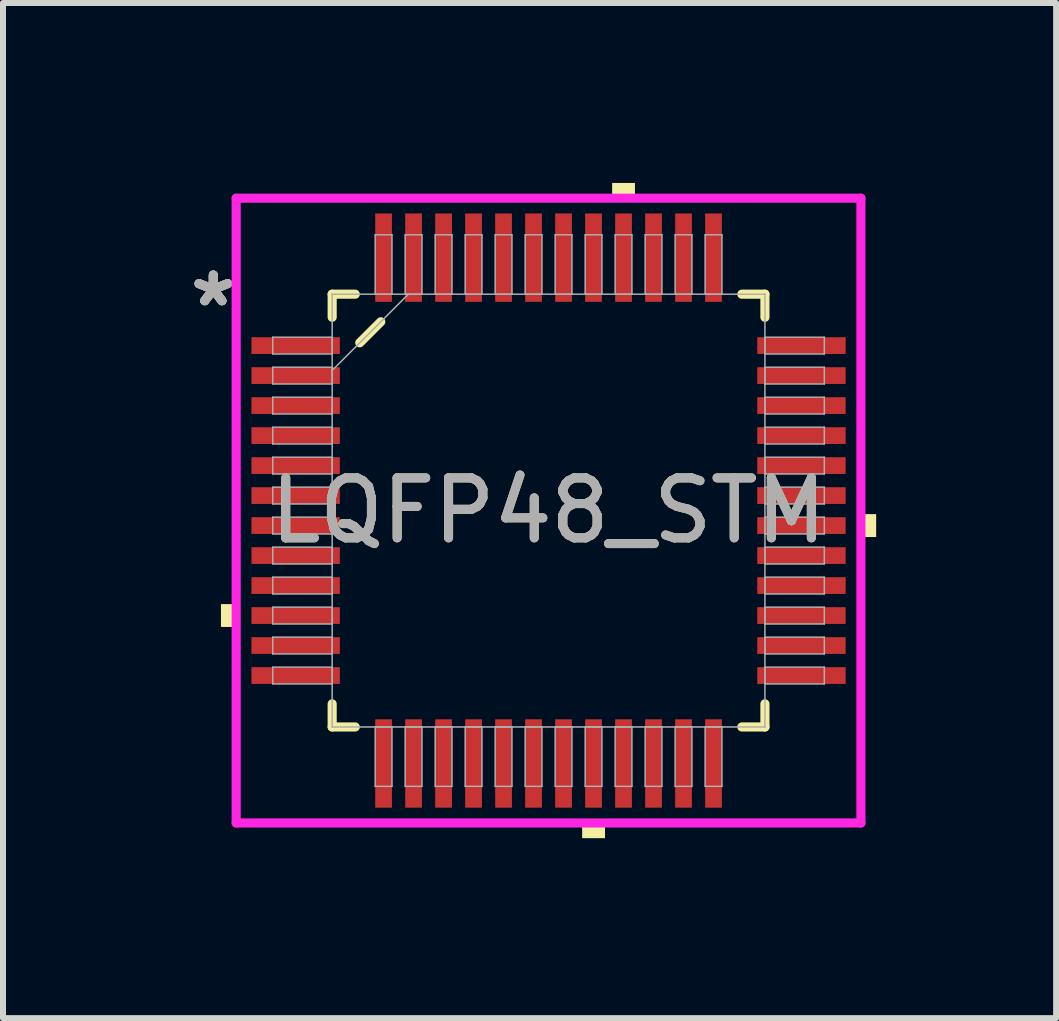
<source format=kicad_pcb>
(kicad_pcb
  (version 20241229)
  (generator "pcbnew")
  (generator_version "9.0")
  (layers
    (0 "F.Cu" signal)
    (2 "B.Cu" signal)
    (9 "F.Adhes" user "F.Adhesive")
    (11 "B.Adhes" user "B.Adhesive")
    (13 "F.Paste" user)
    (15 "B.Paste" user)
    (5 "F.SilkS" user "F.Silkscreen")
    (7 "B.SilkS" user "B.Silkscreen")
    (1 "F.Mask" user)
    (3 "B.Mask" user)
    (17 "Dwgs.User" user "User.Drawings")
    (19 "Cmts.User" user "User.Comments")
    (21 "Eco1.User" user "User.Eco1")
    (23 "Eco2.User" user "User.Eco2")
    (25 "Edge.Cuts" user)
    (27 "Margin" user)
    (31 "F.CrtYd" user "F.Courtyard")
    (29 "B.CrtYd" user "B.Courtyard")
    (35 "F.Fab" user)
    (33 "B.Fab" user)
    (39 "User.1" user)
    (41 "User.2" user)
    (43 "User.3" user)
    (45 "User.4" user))
  (footprint "LQFP48_STM"
    (layer "F.Cu")
    (at 6.094 5.461)
    (property "Reference" "LQFP48_STM" (at 0 0 0) (unlocked yes) (layer "F.SilkS") (effects (font (size 1 1) (thickness 0.15))))
    (attr smd)
    (fp_line (start -3.607 -3.607) (end -3.607 -3.222) (stroke (width 0.152) (type solid)) (layer "F.SilkS"))
    (fp_line (start -3.607 3.222) (end -3.607 3.607) (stroke (width 0.152) (type solid)) (layer "F.SilkS"))
    (fp_line (start -3.607 3.607) (end -3.222 3.607) (stroke (width 0.152) (type solid)) (layer "F.SilkS"))
    (fp_line (start -3.222 -3.607) (end -3.607 -3.607) (stroke (width 0.152) (type solid)) (layer "F.SilkS"))
    (fp_line (start -3.147 -2.797) (end -2.797 -3.147) (stroke (width 0.152) (type solid)) (layer "F.SilkS"))
    (fp_line (start 3.222 3.607) (end 3.607 3.607) (stroke (width 0.152) (type solid)) (layer "F.SilkS"))
    (fp_line (start 3.607 -3.607) (end 3.222 -3.607) (stroke (width 0.152) (type solid)) (layer "F.SilkS"))
    (fp_line (start 3.607 -3.222) (end 3.607 -3.607) (stroke (width 0.152) (type solid)) (layer "F.SilkS"))
    (fp_line (start 3.607 3.607) (end 3.607 3.222) (stroke (width 0.152) (type solid)) (layer "F.SilkS"))
    (fp_poly (pts (xy -5.461 1.559) (xy -5.461 1.94) (xy -5.207 1.94) (xy -5.207 1.559)) (stroke (width 0) (type solid)) (fill yes) (layer "F.SilkS"))
    (fp_poly (pts (xy 0.56 5.207) (xy 0.56 5.461) (xy 0.941 5.461) (xy 0.941 5.207)) (stroke (width 0) (type solid)) (fill yes) (layer "F.SilkS"))
    (fp_poly (pts (xy 1.06 -5.207) (xy 1.06 -5.461) (xy 1.44 -5.461) (xy 1.44 -5.207)) (stroke (width 0) (type solid)) (fill yes) (layer "F.SilkS"))
    (fp_poly (pts (xy 5.461 0.059) (xy 5.461 0.441) (xy 5.207 0.441) (xy 5.207 0.059)) (stroke (width 0) (type solid)) (fill yes) (layer "F.SilkS"))
    (fp_line (start -5.207 -5.207) (end 5.207 -5.207) (stroke (width 0.152) (type solid)) (layer "F.CrtYd"))
    (fp_line (start -5.207 5.207) (end -5.207 -5.207) (stroke (width 0.152) (type solid)) (layer "F.CrtYd"))
    (fp_line (start 5.207 -5.207) (end 5.207 5.207) (stroke (width 0.152) (type solid)) (layer "F.CrtYd"))
    (fp_line (start 5.207 5.207) (end -5.207 5.207) (stroke (width 0.152) (type solid)) (layer "F.CrtYd"))
    (fp_line (start -4.597 -2.89) (end -4.597 -2.61) (stroke (width 0.025) (type solid)) (layer "F.Fab"))
    (fp_line (start -4.597 -2.61) (end -3.607 -2.61) (stroke (width 0.025) (type solid)) (layer "F.Fab"))
    (fp_line (start -4.597 -2.39) (end -4.597 -2.11) (stroke (width 0.025) (type solid)) (layer "F.Fab"))
    (fp_line (start -4.597 -2.11) (end -3.607 -2.11) (stroke (width 0.025) (type solid)) (layer "F.Fab"))
    (fp_line (start -4.597 -1.89) (end -4.597 -1.61) (stroke (width 0.025) (type solid)) (layer "F.Fab"))
    (fp_line (start -4.597 -1.61) (end -3.607 -1.61) (stroke (width 0.025) (type solid)) (layer "F.Fab"))
    (fp_line (start -4.597 -1.39) (end -4.597 -1.11) (stroke (width 0.025) (type solid)) (layer "F.Fab"))
    (fp_line (start -4.597 -1.11) (end -3.607 -1.11) (stroke (width 0.025) (type solid)) (layer "F.Fab"))
    (fp_line (start -4.597 -0.89) (end -4.597 -0.61) (stroke (width 0.025) (type solid)) (layer "F.Fab"))
    (fp_line (start -4.597 -0.61) (end -3.607 -0.61) (stroke (width 0.025) (type solid)) (layer "F.Fab"))
    (fp_line (start -4.597 -0.39) (end -4.597 -0.11) (stroke (width 0.025) (type solid)) (layer "F.Fab"))
    (fp_line (start -4.597 -0.11) (end -3.607 -0.11) (stroke (width 0.025) (type solid)) (layer "F.Fab"))
    (fp_line (start -4.597 0.11) (end -4.597 0.39) (stroke (width 0.025) (type solid)) (layer "F.Fab"))
    (fp_line (start -4.597 0.39) (end -3.607 0.39) (stroke (width 0.025) (type solid)) (layer "F.Fab"))
    (fp_line (start -4.597 0.61) (end -4.597 0.89) (stroke (width 0.025) (type solid)) (layer "F.Fab"))
    (fp_line (start -4.597 0.89) (end -3.607 0.89) (stroke (width 0.025) (type solid)) (layer "F.Fab"))
    (fp_line (start -4.597 1.11) (end -4.597 1.39) (stroke (width 0.025) (type solid)) (layer "F.Fab"))
    (fp_line (start -4.597 1.39) (end -3.607 1.39) (stroke (width 0.025) (type solid)) (layer "F.Fab"))
    (fp_line (start -4.597 1.61) (end -4.597 1.89) (stroke (width 0.025) (type solid)) (layer "F.Fab"))
    (fp_line (start -4.597 1.89) (end -3.607 1.89) (stroke (width 0.025) (type solid)) (layer "F.Fab"))
    (fp_line (start -4.597 2.11) (end -4.597 2.39) (stroke (width 0.025) (type solid)) (layer "F.Fab"))
    (fp_line (start -4.597 2.39) (end -3.607 2.39) (stroke (width 0.025) (type solid)) (layer "F.Fab"))
    (fp_line (start -4.597 2.61) (end -4.597 2.89) (stroke (width 0.025) (type solid)) (layer "F.Fab"))
    (fp_line (start -4.597 2.89) (end -3.607 2.89) (stroke (width 0.025) (type solid)) (layer "F.Fab"))
    (fp_line (start -3.607 -3.607) (end -3.607 -3.607) (stroke (width 0.025) (type solid)) (layer "F.Fab"))
    (fp_line (start -3.607 -3.607) (end -3.607 3.607) (stroke (width 0.025) (type solid)) (layer "F.Fab"))
    (fp_line (start -3.607 -2.89) (end -4.597 -2.89) (stroke (width 0.025) (type solid)) (layer "F.Fab"))
    (fp_line (start -3.607 -2.61) (end -3.607 -2.89) (stroke (width 0.025) (type solid)) (layer "F.Fab"))
    (fp_line (start -3.607 -2.39) (end -4.597 -2.39) (stroke (width 0.025) (type solid)) (layer "F.Fab"))
    (fp_line (start -3.607 -2.337) (end -2.337 -3.607) (stroke (width 0.025) (type solid)) (layer "F.Fab"))
    (fp_line (start -3.607 -2.11) (end -3.607 -2.39) (stroke (width 0.025) (type solid)) (layer "F.Fab"))
    (fp_line (start -3.607 -1.89) (end -4.597 -1.89) (stroke (width 0.025) (type solid)) (layer "F.Fab"))
    (fp_line (start -3.607 -1.61) (end -3.607 -1.89) (stroke (width 0.025) (type solid)) (layer "F.Fab"))
    (fp_line (start -3.607 -1.39) (end -4.597 -1.39) (stroke (width 0.025) (type solid)) (layer "F.Fab"))
    (fp_line (start -3.607 -1.11) (end -3.607 -1.39) (stroke (width 0.025) (type solid)) (layer "F.Fab"))
    (fp_line (start -3.607 -0.89) (end -4.597 -0.89) (stroke (width 0.025) (type solid)) (layer "F.Fab"))
    (fp_line (start -3.607 -0.61) (end -3.607 -0.89) (stroke (width 0.025) (type solid)) (layer "F.Fab"))
    (fp_line (start -3.607 -0.39) (end -4.597 -0.39) (stroke (width 0.025) (type solid)) (layer "F.Fab"))
    (fp_line (start -3.607 -0.11) (end -3.607 -0.39) (stroke (width 0.025) (type solid)) (layer "F.Fab"))
    (fp_line (start -3.607 0.11) (end -4.597 0.11) (stroke (width 0.025) (type solid)) (layer "F.Fab"))
    (fp_line (start -3.607 0.39) (end -3.607 0.11) (stroke (width 0.025) (type solid)) (layer "F.Fab"))
    (fp_line (start -3.607 0.61) (end -4.597 0.61) (stroke (width 0.025) (type solid)) (layer "F.Fab"))
    (fp_line (start -3.607 0.89) (end -3.607 0.61) (stroke (width 0.025) (type solid)) (layer "F.Fab"))
    (fp_line (start -3.607 1.11) (end -4.597 1.11) (stroke (width 0.025) (type solid)) (layer "F.Fab"))
    (fp_line (start -3.607 1.39) (end -3.607 1.11) (stroke (width 0.025) (type solid)) (layer "F.Fab"))
    (fp_line (start -3.607 1.61) (end -4.597 1.61) (stroke (width 0.025) (type solid)) (layer "F.Fab"))
    (fp_line (start -3.607 1.89) (end -3.607 1.61) (stroke (width 0.025) (type solid)) (layer "F.Fab"))
    (fp_line (start -3.607 2.11) (end -4.597 2.11) (stroke (width 0.025) (type solid)) (layer "F.Fab"))
    (fp_line (start -3.607 2.39) (end -3.607 2.11) (stroke (width 0.025) (type solid)) (layer "F.Fab"))
    (fp_line (start -3.607 2.61) (end -4.597 2.61) (stroke (width 0.025) (type solid)) (layer "F.Fab"))
    (fp_line (start -3.607 2.89) (end -3.607 2.61) (stroke (width 0.025) (type solid)) (layer "F.Fab"))
    (fp_line (start -3.607 3.607) (end -3.607 3.607) (stroke (width 0.025) (type solid)) (layer "F.Fab"))
    (fp_line (start -3.607 3.607) (end 3.607 3.607) (stroke (width 0.025) (type solid)) (layer "F.Fab"))
    (fp_line (start -2.89 -4.597) (end -2.89 -3.607) (stroke (width 0.025) (type solid)) (layer "F.Fab"))
    (fp_line (start -2.89 -3.607) (end -2.61 -3.607) (stroke (width 0.025) (type solid)) (layer "F.Fab"))
    (fp_line (start -2.89 3.607) (end -2.89 4.597) (stroke (width 0.025) (type solid)) (layer "F.Fab"))
    (fp_line (start -2.89 4.597) (end -2.61 4.597) (stroke (width 0.025) (type solid)) (layer "F.Fab"))
    (fp_line (start -2.61 -4.597) (end -2.89 -4.597) (stroke (width 0.025) (type solid)) (layer "F.Fab"))
    (fp_line (start -2.61 -3.607) (end -2.61 -4.597) (stroke (width 0.025) (type solid)) (layer "F.Fab"))
    (fp_line (start -2.61 3.607) (end -2.89 3.607) (stroke (width 0.025) (type solid)) (layer "F.Fab"))
    (fp_line (start -2.61 4.597) (end -2.61 3.607) (stroke (width 0.025) (type solid)) (layer "F.Fab"))
    (fp_line (start -2.39 -4.597) (end -2.39 -3.607) (stroke (width 0.025) (type solid)) (layer "F.Fab"))
    (fp_line (start -2.39 -3.607) (end -2.11 -3.607) (stroke (width 0.025) (type solid)) (layer "F.Fab"))
    (fp_line (start -2.39 3.607) (end -2.39 4.597) (stroke (width 0.025) (type solid)) (layer "F.Fab"))
    (fp_line (start -2.39 4.597) (end -2.11 4.597) (stroke (width 0.025) (type solid)) (layer "F.Fab"))
    (fp_line (start -2.11 -4.597) (end -2.39 -4.597) (stroke (width 0.025) (type solid)) (layer "F.Fab"))
    (fp_line (start -2.11 -3.607) (end -2.11 -4.597) (stroke (width 0.025) (type solid)) (layer "F.Fab"))
    (fp_line (start -2.11 3.607) (end -2.39 3.607) (stroke (width 0.025) (type solid)) (layer "F.Fab"))
    (fp_line (start -2.11 4.597) (end -2.11 3.607) (stroke (width 0.025) (type solid)) (layer "F.Fab"))
    (fp_line (start -1.89 -4.597) (end -1.89 -3.607) (stroke (width 0.025) (type solid)) (layer "F.Fab"))
    (fp_line (start -1.89 -3.607) (end -1.61 -3.607) (stroke (width 0.025) (type solid)) (layer "F.Fab"))
    (fp_line (start -1.89 3.607) (end -1.89 4.597) (stroke (width 0.025) (type solid)) (layer "F.Fab"))
    (fp_line (start -1.89 4.597) (end -1.61 4.597) (stroke (width 0.025) (type solid)) (layer "F.Fab"))
    (fp_line (start -1.61 -4.597) (end -1.89 -4.597) (stroke (width 0.025) (type solid)) (layer "F.Fab"))
    (fp_line (start -1.61 -3.607) (end -1.61 -4.597) (stroke (width 0.025) (type solid)) (layer "F.Fab"))
    (fp_line (start -1.61 3.607) (end -1.89 3.607) (stroke (width 0.025) (type solid)) (layer "F.Fab"))
    (fp_line (start -1.61 4.597) (end -1.61 3.607) (stroke (width 0.025) (type solid)) (layer "F.Fab"))
    (fp_line (start -1.39 -4.597) (end -1.39 -3.607) (stroke (width 0.025) (type solid)) (layer "F.Fab"))
    (fp_line (start -1.39 -3.607) (end -1.11 -3.607) (stroke (width 0.025) (type solid)) (layer "F.Fab"))
    (fp_line (start -1.39 3.607) (end -1.39 4.597) (stroke (width 0.025) (type solid)) (layer "F.Fab"))
    (fp_line (start -1.39 4.597) (end -1.11 4.597) (stroke (width 0.025) (type solid)) (layer "F.Fab"))
    (fp_line (start -1.11 -4.597) (end -1.39 -4.597) (stroke (width 0.025) (type solid)) (layer "F.Fab"))
    (fp_line (start -1.11 -3.607) (end -1.11 -4.597) (stroke (width 0.025) (type solid)) (layer "F.Fab"))
    (fp_line (start -1.11 3.607) (end -1.39 3.607) (stroke (width 0.025) (type solid)) (layer "F.Fab"))
    (fp_line (start -1.11 4.597) (end -1.11 3.607) (stroke (width 0.025) (type solid)) (layer "F.Fab"))
    (fp_line (start -0.89 -4.597) (end -0.89 -3.607) (stroke (width 0.025) (type solid)) (layer "F.Fab"))
    (fp_line (start -0.89 -3.607) (end -0.61 -3.607) (stroke (width 0.025) (type solid)) (layer "F.Fab"))
    (fp_line (start -0.89 3.607) (end -0.89 4.597) (stroke (width 0.025) (type solid)) (layer "F.Fab"))
    (fp_line (start -0.89 4.597) (end -0.61 4.597) (stroke (width 0.025) (type solid)) (layer "F.Fab"))
    (fp_line (start -0.61 -4.597) (end -0.89 -4.597) (stroke (width 0.025) (type solid)) (layer "F.Fab"))
    (fp_line (start -0.61 -3.607) (end -0.61 -4.597) (stroke (width 0.025) (type solid)) (layer "F.Fab"))
    (fp_line (start -0.61 3.607) (end -0.89 3.607) (stroke (width 0.025) (type solid)) (layer "F.Fab"))
    (fp_line (start -0.61 4.597) (end -0.61 3.607) (stroke (width 0.025) (type solid)) (layer "F.Fab"))
    (fp_line (start -0.39 -4.597) (end -0.39 -3.607) (stroke (width 0.025) (type solid)) (layer "F.Fab"))
    (fp_line (start -0.39 -3.607) (end -0.11 -3.607) (stroke (width 0.025) (type solid)) (layer "F.Fab"))
    (fp_line (start -0.39 3.607) (end -0.39 4.597) (stroke (width 0.025) (type solid)) (layer "F.Fab"))
    (fp_line (start -0.39 4.597) (end -0.11 4.597) (stroke (width 0.025) (type solid)) (layer "F.Fab"))
    (fp_line (start -0.11 -4.597) (end -0.39 -4.597) (stroke (width 0.025) (type solid)) (layer "F.Fab"))
    (fp_line (start -0.11 -3.607) (end -0.11 -4.597) (stroke (width 0.025) (type solid)) (layer "F.Fab"))
    (fp_line (start -0.11 3.607) (end -0.39 3.607) (stroke (width 0.025) (type solid)) (layer "F.Fab"))
    (fp_line (start -0.11 4.597) (end -0.11 3.607) (stroke (width 0.025) (type solid)) (layer "F.Fab"))
    (fp_line (start 0.11 -4.597) (end 0.11 -3.607) (stroke (width 0.025) (type solid)) (layer "F.Fab"))
    (fp_line (start 0.11 -3.607) (end 0.39 -3.607) (stroke (width 0.025) (type solid)) (layer "F.Fab"))
    (fp_line (start 0.11 3.607) (end 0.11 4.597) (stroke (width 0.025) (type solid)) (layer "F.Fab"))
    (fp_line (start 0.11 4.597) (end 0.39 4.597) (stroke (width 0.025) (type solid)) (layer "F.Fab"))
    (fp_line (start 0.39 -4.597) (end 0.11 -4.597) (stroke (width 0.025) (type solid)) (layer "F.Fab"))
    (fp_line (start 0.39 -3.607) (end 0.39 -4.597) (stroke (width 0.025) (type solid)) (layer "F.Fab"))
    (fp_line (start 0.39 3.607) (end 0.11 3.607) (stroke (width 0.025) (type solid)) (layer "F.Fab"))
    (fp_line (start 0.39 4.597) (end 0.39 3.607) (stroke (width 0.025) (type solid)) (layer "F.Fab"))
    (fp_line (start 0.61 -4.597) (end 0.61 -3.607) (stroke (width 0.025) (type solid)) (layer "F.Fab"))
    (fp_line (start 0.61 -3.607) (end 0.89 -3.607) (stroke (width 0.025) (type solid)) (layer "F.Fab"))
    (fp_line (start 0.61 3.607) (end 0.61 4.597) (stroke (width 0.025) (type solid)) (layer "F.Fab"))
    (fp_line (start 0.61 4.597) (end 0.89 4.597) (stroke (width 0.025) (type solid)) (layer "F.Fab"))
    (fp_line (start 0.89 -4.597) (end 0.61 -4.597) (stroke (width 0.025) (type solid)) (layer "F.Fab"))
    (fp_line (start 0.89 -3.607) (end 0.89 -4.597) (stroke (width 0.025) (type solid)) (layer "F.Fab"))
    (fp_line (start 0.89 3.607) (end 0.61 3.607) (stroke (width 0.025) (type solid)) (layer "F.Fab"))
    (fp_line (start 0.89 4.597) (end 0.89 3.607) (stroke (width 0.025) (type solid)) (layer "F.Fab"))
    (fp_line (start 1.11 -4.597) (end 1.11 -3.607) (stroke (width 0.025) (type solid)) (layer "F.Fab"))
    (fp_line (start 1.11 -3.607) (end 1.39 -3.607) (stroke (width 0.025) (type solid)) (layer "F.Fab"))
    (fp_line (start 1.11 3.607) (end 1.11 4.597) (stroke (width 0.025) (type solid)) (layer "F.Fab"))
    (fp_line (start 1.11 4.597) (end 1.39 4.597) (stroke (width 0.025) (type solid)) (layer "F.Fab"))
    (fp_line (start 1.39 -4.597) (end 1.11 -4.597) (stroke (width 0.025) (type solid)) (layer "F.Fab"))
    (fp_line (start 1.39 -3.607) (end 1.39 -4.597) (stroke (width 0.025) (type solid)) (layer "F.Fab"))
    (fp_line (start 1.39 3.607) (end 1.11 3.607) (stroke (width 0.025) (type solid)) (layer "F.Fab"))
    (fp_line (start 1.39 4.597) (end 1.39 3.607) (stroke (width 0.025) (type solid)) (layer "F.Fab"))
    (fp_line (start 1.61 -4.597) (end 1.61 -3.607) (stroke (width 0.025) (type solid)) (layer "F.Fab"))
    (fp_line (start 1.61 -3.607) (end 1.89 -3.607) (stroke (width 0.025) (type solid)) (layer "F.Fab"))
    (fp_line (start 1.61 3.607) (end 1.61 4.597) (stroke (width 0.025) (type solid)) (layer "F.Fab"))
    (fp_line (start 1.61 4.597) (end 1.89 4.597) (stroke (width 0.025) (type solid)) (layer "F.Fab"))
    (fp_line (start 1.89 -4.597) (end 1.61 -4.597) (stroke (width 0.025) (type solid)) (layer "F.Fab"))
    (fp_line (start 1.89 -3.607) (end 1.89 -4.597) (stroke (width 0.025) (type solid)) (layer "F.Fab"))
    (fp_line (start 1.89 3.607) (end 1.61 3.607) (stroke (width 0.025) (type solid)) (layer "F.Fab"))
    (fp_line (start 1.89 4.597) (end 1.89 3.607) (stroke (width 0.025) (type solid)) (layer "F.Fab"))
    (fp_line (start 2.11 -4.597) (end 2.11 -3.607) (stroke (width 0.025) (type solid)) (layer "F.Fab"))
    (fp_line (start 2.11 -3.607) (end 2.39 -3.607) (stroke (width 0.025) (type solid)) (layer "F.Fab"))
    (fp_line (start 2.11 3.607) (end 2.11 4.597) (stroke (width 0.025) (type solid)) (layer "F.Fab"))
    (fp_line (start 2.11 4.597) (end 2.39 4.597) (stroke (width 0.025) (type solid)) (layer "F.Fab"))
    (fp_line (start 2.39 -4.597) (end 2.11 -4.597) (stroke (width 0.025) (type solid)) (layer "F.Fab"))
    (fp_line (start 2.39 -3.607) (end 2.39 -4.597) (stroke (width 0.025) (type solid)) (layer "F.Fab"))
    (fp_line (start 2.39 3.607) (end 2.11 3.607) (stroke (width 0.025) (type solid)) (layer "F.Fab"))
    (fp_line (start 2.39 4.597) (end 2.39 3.607) (stroke (width 0.025) (type solid)) (layer "F.Fab"))
    (fp_line (start 2.61 -4.597) (end 2.61 -3.607) (stroke (width 0.025) (type solid)) (layer "F.Fab"))
    (fp_line (start 2.61 -3.607) (end 2.89 -3.607) (stroke (width 0.025) (type solid)) (layer "F.Fab"))
    (fp_line (start 2.61 3.607) (end 2.61 4.597) (stroke (width 0.025) (type solid)) (layer "F.Fab"))
    (fp_line (start 2.61 4.597) (end 2.89 4.597) (stroke (width 0.025) (type solid)) (layer "F.Fab"))
    (fp_line (start 2.89 -4.597) (end 2.61 -4.597) (stroke (width 0.025) (type solid)) (layer "F.Fab"))
    (fp_line (start 2.89 -3.607) (end 2.89 -4.597) (stroke (width 0.025) (type solid)) (layer "F.Fab"))
    (fp_line (start 2.89 3.607) (end 2.61 3.607) (stroke (width 0.025) (type solid)) (layer "F.Fab"))
    (fp_line (start 2.89 4.597) (end 2.89 3.607) (stroke (width 0.025) (type solid)) (layer "F.Fab"))
    (fp_line (start 3.607 -3.607) (end -3.607 -3.607) (stroke (width 0.025) (type solid)) (layer "F.Fab"))
    (fp_line (start 3.607 -3.607) (end 3.607 -3.607) (stroke (width 0.025) (type solid)) (layer "F.Fab"))
    (fp_line (start 3.607 -2.89) (end 3.607 -2.61) (stroke (width 0.025) (type solid)) (layer "F.Fab"))
    (fp_line (start 3.607 -2.61) (end 4.597 -2.61) (stroke (width 0.025) (type solid)) (layer "F.Fab"))
    (fp_line (start 3.607 -2.39) (end 3.607 -2.11) (stroke (width 0.025) (type solid)) (layer "F.Fab"))
    (fp_line (start 3.607 -2.11) (end 4.597 -2.11) (stroke (width 0.025) (type solid)) (layer "F.Fab"))
    (fp_line (start 3.607 -1.89) (end 3.607 -1.61) (stroke (width 0.025) (type solid)) (layer "F.Fab"))
    (fp_line (start 3.607 -1.61) (end 4.597 -1.61) (stroke (width 0.025) (type solid)) (layer "F.Fab"))
    (fp_line (start 3.607 -1.39) (end 3.607 -1.11) (stroke (width 0.025) (type solid)) (layer "F.Fab"))
    (fp_line (start 3.607 -1.11) (end 4.597 -1.11) (stroke (width 0.025) (type solid)) (layer "F.Fab"))
    (fp_line (start 3.607 -0.89) (end 3.607 -0.61) (stroke (width 0.025) (type solid)) (layer "F.Fab"))
    (fp_line (start 3.607 -0.61) (end 4.597 -0.61) (stroke (width 0.025) (type solid)) (layer "F.Fab"))
    (fp_line (start 3.607 -0.39) (end 3.607 -0.11) (stroke (width 0.025) (type solid)) (layer "F.Fab"))
    (fp_line (start 3.607 -0.11) (end 4.597 -0.11) (stroke (width 0.025) (type solid)) (layer "F.Fab"))
    (fp_line (start 3.607 0.11) (end 3.607 0.39) (stroke (width 0.025) (type solid)) (layer "F.Fab"))
    (fp_line (start 3.607 0.39) (end 4.597 0.39) (stroke (width 0.025) (type solid)) (layer "F.Fab"))
    (fp_line (start 3.607 0.61) (end 3.607 0.89) (stroke (width 0.025) (type solid)) (layer "F.Fab"))
    (fp_line (start 3.607 0.89) (end 4.597 0.89) (stroke (width 0.025) (type solid)) (layer "F.Fab"))
    (fp_line (start 3.607 1.11) (end 3.607 1.39) (stroke (width 0.025) (type solid)) (layer "F.Fab"))
    (fp_line (start 3.607 1.39) (end 4.597 1.39) (stroke (width 0.025) (type solid)) (layer "F.Fab"))
    (fp_line (start 3.607 1.61) (end 3.607 1.89) (stroke (width 0.025) (type solid)) (layer "F.Fab"))
    (fp_line (start 3.607 1.89) (end 4.597 1.89) (stroke (width 0.025) (type solid)) (layer "F.Fab"))
    (fp_line (start 3.607 2.11) (end 3.607 2.39) (stroke (width 0.025) (type solid)) (layer "F.Fab"))
    (fp_line (start 3.607 2.39) (end 4.597 2.39) (stroke (width 0.025) (type solid)) (layer "F.Fab"))
    (fp_line (start 3.607 2.61) (end 3.607 2.89) (stroke (width 0.025) (type solid)) (layer "F.Fab"))
    (fp_line (start 3.607 2.89) (end 4.597 2.89) (stroke (width 0.025) (type solid)) (layer "F.Fab"))
    (fp_line (start 3.607 3.607) (end 3.607 -3.607) (stroke (width 0.025) (type solid)) (layer "F.Fab"))
    (fp_line (start 3.607 3.607) (end 3.607 3.607) (stroke (width 0.025) (type solid)) (layer "F.Fab"))
    (fp_line (start 4.597 -2.89) (end 3.607 -2.89) (stroke (width 0.025) (type solid)) (layer "F.Fab"))
    (fp_line (start 4.597 -2.61) (end 4.597 -2.89) (stroke (width 0.025) (type solid)) (layer "F.Fab"))
    (fp_line (start 4.597 -2.39) (end 3.607 -2.39) (stroke (width 0.025) (type solid)) (layer "F.Fab"))
    (fp_line (start 4.597 -2.11) (end 4.597 -2.39) (stroke (width 0.025) (type solid)) (layer "F.Fab"))
    (fp_line (start 4.597 -1.89) (end 3.607 -1.89) (stroke (width 0.025) (type solid)) (layer "F.Fab"))
    (fp_line (start 4.597 -1.61) (end 4.597 -1.89) (stroke (width 0.025) (type solid)) (layer "F.Fab"))
    (fp_line (start 4.597 -1.39) (end 3.607 -1.39) (stroke (width 0.025) (type solid)) (layer "F.Fab"))
    (fp_line (start 4.597 -1.11) (end 4.597 -1.39) (stroke (width 0.025) (type solid)) (layer "F.Fab"))
    (fp_line (start 4.597 -0.89) (end 3.607 -0.89) (stroke (width 0.025) (type solid)) (layer "F.Fab"))
    (fp_line (start 4.597 -0.61) (end 4.597 -0.89) (stroke (width 0.025) (type solid)) (layer "F.Fab"))
    (fp_line (start 4.597 -0.39) (end 3.607 -0.39) (stroke (width 0.025) (type solid)) (layer "F.Fab"))
    (fp_line (start 4.597 -0.11) (end 4.597 -0.39) (stroke (width 0.025) (type solid)) (layer "F.Fab"))
    (fp_line (start 4.597 0.11) (end 3.607 0.11) (stroke (width 0.025) (type solid)) (layer "F.Fab"))
    (fp_line (start 4.597 0.39) (end 4.597 0.11) (stroke (width 0.025) (type solid)) (layer "F.Fab"))
    (fp_line (start 4.597 0.61) (end 3.607 0.61) (stroke (width 0.025) (type solid)) (layer "F.Fab"))
    (fp_line (start 4.597 0.89) (end 4.597 0.61) (stroke (width 0.025) (type solid)) (layer "F.Fab"))
    (fp_line (start 4.597 1.11) (end 3.607 1.11) (stroke (width 0.025) (type solid)) (layer "F.Fab"))
    (fp_line (start 4.597 1.39) (end 4.597 1.11) (stroke (width 0.025) (type solid)) (layer "F.Fab"))
    (fp_line (start 4.597 1.61) (end 3.607 1.61) (stroke (width 0.025) (type solid)) (layer "F.Fab"))
    (fp_line (start 4.597 1.89) (end 4.597 1.61) (stroke (width 0.025) (type solid)) (layer "F.Fab"))
    (fp_line (start 4.597 2.11) (end 3.607 2.11) (stroke (width 0.025) (type solid)) (layer "F.Fab"))
    (fp_line (start 4.597 2.39) (end 4.597 2.11) (stroke (width 0.025) (type solid)) (layer "F.Fab"))
    (fp_line (start 4.597 2.61) (end 3.607 2.61) (stroke (width 0.025) (type solid)) (layer "F.Fab"))
    (fp_line (start 4.597 2.89) (end 4.597 2.61) (stroke (width 0.025) (type solid)) (layer "F.Fab"))
    (fp_text user "*" (at -5.588 -3.381 0) (layer "F.SilkS") (effects (font (size 1 1) (thickness 0.15))))
    (fp_text user "*" (at -5.588 -3.381 0) (unlocked yes) (layer "F.SilkS") (effects (font (size 1 1) (thickness 0.15))))
    (fp_text user "*" (at -5.588 -3.381 0) (layer "F.Fab") (effects (font (size 1 1) (thickness 0.15))))
    (fp_text user "${REFERENCE}" (at 0 0 0) (unlocked yes) (layer "F.Fab") (effects (font (size 1 1) (thickness 0.15))))
    (fp_text user "*" (at -5.588 -3.381 0) (unlocked yes) (layer "F.Fab") (effects (font (size 1 1) (thickness 0.15))))
    (pad "1" smd rect (at -4.216 -2.75 90) (size 0.279 1.473) (layers "F.Cu" "F.Mask" "F.Paste"))
    (pad "2" smd rect (at -4.216 -2.25 90) (size 0.279 1.473) (layers "F.Cu" "F.Mask" "F.Paste"))
    (pad "3" smd rect (at -4.216 -1.75 90) (size 0.279 1.473) (layers "F.Cu" "F.Mask" "F.Paste"))
    (pad "4" smd rect (at -4.216 -1.25 90) (size 0.279 1.473) (layers "F.Cu" "F.Mask" "F.Paste"))
    (pad "5" smd rect (at -4.216 -0.75 90) (size 0.279 1.473) (layers "F.Cu" "F.Mask" "F.Paste"))
    (pad "6" smd rect (at -4.216 -0.25 90) (size 0.279 1.473) (layers "F.Cu" "F.Mask" "F.Paste"))
    (pad "7" smd rect (at -4.216 0.25 90) (size 0.279 1.473) (layers "F.Cu" "F.Mask" "F.Paste"))
    (pad "8" smd rect (at -4.216 0.75 90) (size 0.279 1.473) (layers "F.Cu" "F.Mask" "F.Paste"))
    (pad "9" smd rect (at -4.216 1.25 90) (size 0.279 1.473) (layers "F.Cu" "F.Mask" "F.Paste"))
    (pad "10" smd rect (at -4.216 1.75 90) (size 0.279 1.473) (layers "F.Cu" "F.Mask" "F.Paste"))
    (pad "11" smd rect (at -4.216 2.25 90) (size 0.279 1.473) (layers "F.Cu" "F.Mask" "F.Paste"))
    (pad "12" smd rect (at -4.216 2.75 90) (size 0.279 1.473) (layers "F.Cu" "F.Mask" "F.Paste"))
    (pad "13" smd rect (at -2.75 4.216) (size 0.279 1.473) (layers "F.Cu" "F.Mask" "F.Paste"))
    (pad "14" smd rect (at -2.25 4.216) (size 0.279 1.473) (layers "F.Cu" "F.Mask" "F.Paste"))
    (pad "15" smd rect (at -1.75 4.216) (size 0.279 1.473) (layers "F.Cu" "F.Mask" "F.Paste"))
    (pad "16" smd rect (at -1.25 4.216) (size 0.279 1.473) (layers "F.Cu" "F.Mask" "F.Paste"))
    (pad "17" smd rect (at -0.75 4.216) (size 0.279 1.473) (layers "F.Cu" "F.Mask" "F.Paste"))
    (pad "18" smd rect (at -0.25 4.216) (size 0.279 1.473) (layers "F.Cu" "F.Mask" "F.Paste"))
    (pad "19" smd rect (at 0.25 4.216) (size 0.279 1.473) (layers "F.Cu" "F.Mask" "F.Paste"))
    (pad "20" smd rect (at 0.75 4.216) (size 0.279 1.473) (layers "F.Cu" "F.Mask" "F.Paste"))
    (pad "21" smd rect (at 1.25 4.216) (size 0.279 1.473) (layers "F.Cu" "F.Mask" "F.Paste"))
    (pad "22" smd rect (at 1.75 4.216) (size 0.279 1.473) (layers "F.Cu" "F.Mask" "F.Paste"))
    (pad "23" smd rect (at 2.25 4.216) (size 0.279 1.473) (layers "F.Cu" "F.Mask" "F.Paste"))
    (pad "24" smd rect (at 2.75 4.216) (size 0.279 1.473) (layers "F.Cu" "F.Mask" "F.Paste"))
    (pad "25" smd rect (at 4.216 2.75 90) (size 0.279 1.473) (layers "F.Cu" "F.Mask" "F.Paste"))
    (pad "26" smd rect (at 4.216 2.25 90) (size 0.279 1.473) (layers "F.Cu" "F.Mask" "F.Paste"))
    (pad "27" smd rect (at 4.216 1.75 90) (size 0.279 1.473) (layers "F.Cu" "F.Mask" "F.Paste"))
    (pad "28" smd rect (at 4.216 1.25 90) (size 0.279 1.473) (layers "F.Cu" "F.Mask" "F.Paste"))
    (pad "29" smd rect (at 4.216 0.75 90) (size 0.279 1.473) (layers "F.Cu" "F.Mask" "F.Paste"))
    (pad "30" smd rect (at 4.216 0.25 90) (size 0.279 1.473) (layers "F.Cu" "F.Mask" "F.Paste"))
    (pad "31" smd rect (at 4.216 -0.25 90) (size 0.279 1.473) (layers "F.Cu" "F.Mask" "F.Paste"))
    (pad "32" smd rect (at 4.216 -0.75 90) (size 0.279 1.473) (layers "F.Cu" "F.Mask" "F.Paste"))
    (pad "33" smd rect (at 4.216 -1.25 90) (size 0.279 1.473) (layers "F.Cu" "F.Mask" "F.Paste"))
    (pad "34" smd rect (at 4.216 -1.75 90) (size 0.279 1.473) (layers "F.Cu" "F.Mask" "F.Paste"))
    (pad "35" smd rect (at 4.216 -2.25 90) (size 0.279 1.473) (layers "F.Cu" "F.Mask" "F.Paste"))
    (pad "36" smd rect (at 4.216 -2.75 90) (size 0.279 1.473) (layers "F.Cu" "F.Mask" "F.Paste"))
    (pad "37" smd rect (at 2.75 -4.216) (size 0.279 1.473) (layers "F.Cu" "F.Mask" "F.Paste"))
    (pad "38" smd rect (at 2.25 -4.216) (size 0.279 1.473) (layers "F.Cu" "F.Mask" "F.Paste"))
    (pad "39" smd rect (at 1.75 -4.216) (size 0.279 1.473) (layers "F.Cu" "F.Mask" "F.Paste"))
    (pad "40" smd rect (at 1.25 -4.216) (size 0.279 1.473) (layers "F.Cu" "F.Mask" "F.Paste"))
    (pad "41" smd rect (at 0.75 -4.216) (size 0.279 1.473) (layers "F.Cu" "F.Mask" "F.Paste"))
    (pad "42" smd rect (at 0.25 -4.216) (size 0.279 1.473) (layers "F.Cu" "F.Mask" "F.Paste"))
    (pad "43" smd rect (at -0.25 -4.216) (size 0.279 1.473) (layers "F.Cu" "F.Mask" "F.Paste"))
    (pad "44" smd rect (at -0.75 -4.216) (size 0.279 1.473) (layers "F.Cu" "F.Mask" "F.Paste"))
    (pad "45" smd rect (at -1.25 -4.216) (size 0.279 1.473) (layers "F.Cu" "F.Mask" "F.Paste"))
    (pad "46" smd rect (at -1.75 -4.216) (size 0.279 1.473) (layers "F.Cu" "F.Mask" "F.Paste"))
    (pad "47" smd rect (at -2.25 -4.216) (size 0.279 1.473) (layers "F.Cu" "F.Mask" "F.Paste"))
    (pad "48" smd rect (at -2.75 -4.216) (size 0.279 1.473) (layers "F.Cu" "F.Mask" "F.Paste")))
  (gr_rect
    (start -3 -3)
    (end 14.555 13.922)
    (stroke (width 0.1) (type default))
    (fill no)
    (layer "Edge.Cuts")))
</source>
